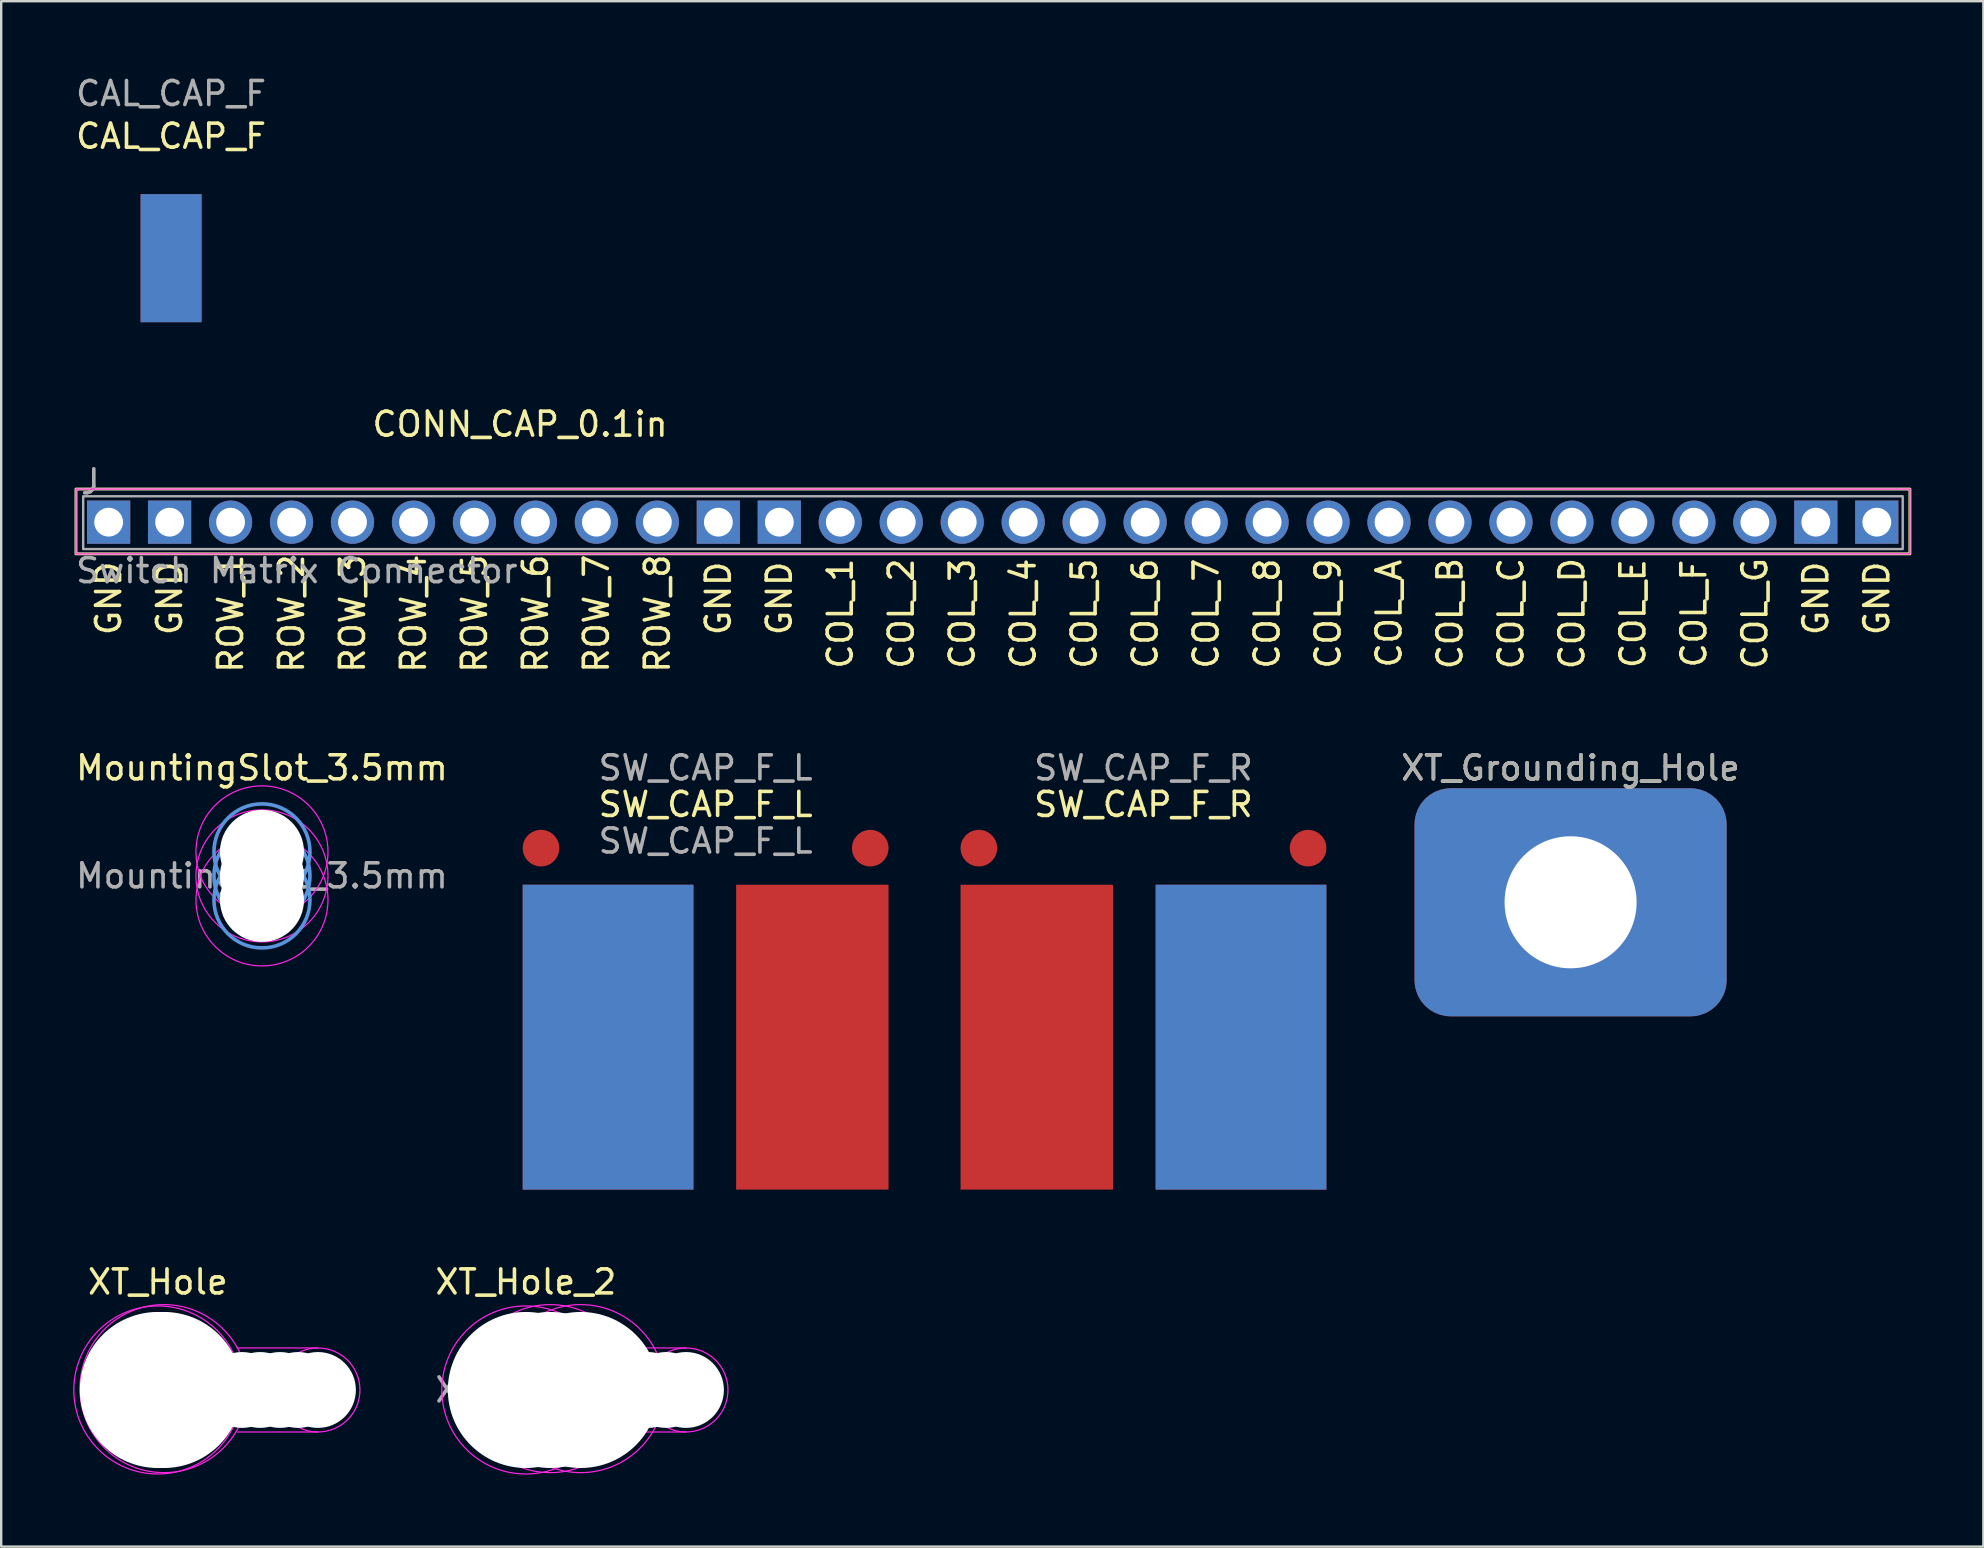
<source format=kicad_pcb>
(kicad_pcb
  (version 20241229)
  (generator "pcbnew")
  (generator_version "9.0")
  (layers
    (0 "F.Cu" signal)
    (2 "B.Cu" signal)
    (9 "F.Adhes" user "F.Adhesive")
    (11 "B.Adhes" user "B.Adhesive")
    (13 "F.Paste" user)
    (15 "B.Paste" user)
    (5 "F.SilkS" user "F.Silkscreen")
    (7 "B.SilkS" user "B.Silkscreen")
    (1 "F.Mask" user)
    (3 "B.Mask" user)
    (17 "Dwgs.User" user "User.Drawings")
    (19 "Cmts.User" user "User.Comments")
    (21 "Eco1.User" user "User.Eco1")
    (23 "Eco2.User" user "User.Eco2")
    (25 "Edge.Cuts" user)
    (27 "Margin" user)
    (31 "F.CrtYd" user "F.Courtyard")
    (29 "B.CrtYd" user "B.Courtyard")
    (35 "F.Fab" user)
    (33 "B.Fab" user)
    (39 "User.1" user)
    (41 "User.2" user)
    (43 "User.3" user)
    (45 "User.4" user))
  (footprint "SW_CAP_F_R"
    (layer "F.Cu")
    (at 44.586 33.257)
    (property "Reference" "SW_CAP_F_R" (at 0 -2.794 0) (unlocked yes) (layer "F.SilkS") (effects (font (size 1 1) (thickness 0.15))))
    (attr smd)
    (fp_text user "${REFERENCE}" (at 0 -4.318 0) (unlocked yes) (layer "F.Fab") (effects (font (size 1 1) (thickness 0.15))))
    (pad "COL" smd rect (at 4.064 6.9) (size 7.112 12.7) (layers "B.Cu"))
    (pad "REF" smd rect (at 4.064 6.9) (size 7.112 12.7) (layers "F.Cu"))
    (pad "ROW" smd rect (at -4.445 6.9) (size 6.35 12.7) (layers "F.Cu"))
    (pad "X" smd circle (at -6.858 -0.974) (size 1.524 1.524) (layers "F.Cu"))
    (pad "Y" smd circle (at 6.858 -0.974) (size 1.524 1.524) (layers "F.Cu")))
  (footprint "XT_Hole_2"
    (layer "F.Cu")
    (at 18.857 54.855)
    (property "Reference" "XT_Hole_2" (at 0 -4.5 0) (layer "F.SilkS") (effects (font (size 1 1) (thickness 0.15))))
    (attr exclude_from_pos_files exclude_from_bom)
    (fp_line (start 6.67 -1.75) (end 3.302 -1.75) (stroke (width 0.05) (type solid)) (layer "F.CrtYd"))
    (fp_line (start 6.67 1.75) (end 3.302 1.75) (stroke (width 0.05) (type solid)) (layer "F.CrtYd"))
    (fp_circle (center 0 0) (end 3.5 0) (stroke (width 0.05) (type solid)) (fill no) (layer "F.CrtYd"))
    (fp_circle (center 1.016 -0.056) (end 4.516 -0.056) (stroke (width 0.05) (type solid)) (fill no) (layer "F.CrtYd"))
    (fp_circle (center 2.286 -0.056) (end 5.786 -0.056) (stroke (width 0.05) (type solid)) (fill no) (layer "F.CrtYd"))
    (fp_circle (center 6.67 0) (end 8.42 0) (stroke (width 0.05) (type solid)) (fill no) (layer "F.CrtYd"))
    (fp_text user "${REFERENCE}" (at 0 0 0) (layer "F.Fab") (effects (font (size 1 1) (thickness 0.15))))
    (pad "" np_thru_hole circle (at 0 0) (size 6.5 6.5) (drill 6.5) (layers "*.Cu" "*.Mask"))
    (pad "" np_thru_hole circle (at 1.016 0) (size 6.5 6.5) (drill 6.5) (layers "*.Cu" "*.Mask"))
    (pad "" np_thru_hole circle (at 2.286 0) (size 6.5 6.5) (drill 6.5) (layers "*.Cu" "*.Mask"))
    (pad "" np_thru_hole circle (at 2.682 0) (size 3.16 3.16) (drill 3.16) (layers "*.Cu" "*.Mask"))
    (pad "" np_thru_hole circle (at 3.51 0) (size 3.16 3.16) (drill 3.16) (layers "*.Cu" "*.Mask"))
    (pad "" np_thru_hole circle (at 4.262 0) (size 3.16 3.16) (drill 3.16) (layers "*.Cu" "*.Mask"))
    (pad "" np_thru_hole circle (at 5.09 0) (size 3.16 3.16) (drill 3.16) (layers "*.Cu" "*.Mask"))
    (pad "" np_thru_hole circle (at 5.842 0) (size 3.16 3.16) (drill 3.16) (layers "*.Cu" "*.Mask"))
    (pad "" np_thru_hole circle (at 6.67 0) (size 3.16 3.16) (drill 3.16) (layers "*.Cu" "*.Mask")))
  (footprint "XT_Grounding_Hole"
    (layer "F.Cu")
    (at 62.379 34.539)
    (property "Reference" "XT_Grounding_Hole" (at 0 -5.6 0) (unlocked yes) (layer "F.SilkS") (effects (font (size 1 1) (thickness 0.15))))
    (attr smd)
    (fp_text user "${REFERENCE}" (at 0 -5.6 0) (unlocked yes) (layer "F.Fab") (effects (font (size 1 1) (thickness 0.15))))
    (pad "1" thru_hole roundrect (at 0 0) (size 13 9.5) (drill 5.5) (layers "*.Cu" "*.Mask") (roundrect_rratio 0.158)))
  (footprint "XT_Hole"
    (layer "F.Cu")
    (at 3.525 54.855)
    (property "Reference" "XT_Hole" (at 0 -4.5 0) (layer "F.SilkS") (effects (font (size 1 1) (thickness 0.15))))
    (attr exclude_from_pos_files exclude_from_bom)
    (fp_line (start 6.67 -1.75) (end 3.302 -1.75) (stroke (width 0.05) (type solid)) (layer "F.CrtYd"))
    (fp_line (start 6.67 1.75) (end 3.302 1.75) (stroke (width 0.05) (type solid)) (layer "F.CrtYd"))
    (fp_circle (center 0 0) (end 3.5 0) (stroke (width 0.05) (type solid)) (fill no) (layer "F.CrtYd"))
    (fp_circle (center 0.254 -0.056) (end 3.754 -0.056) (stroke (width 0.05) (type solid)) (fill no) (layer "F.CrtYd"))
    (fp_circle (center 6.67 0) (end 8.42 0) (stroke (width 0.05) (type solid)) (fill no) (layer "F.CrtYd"))
    (fp_text user "${REFERENCE}" (at 0 0 0) (layer "F.Fab") (effects (font (size 1 1) (thickness 0.15))))
    (pad "" np_thru_hole circle (at 0 0) (size 6.5 6.5) (drill 6.5) (layers "*.Cu" "*.Mask"))
    (pad "" np_thru_hole circle (at 0.254 0) (size 6.5 6.5) (drill 6.5) (layers "*.Cu" "*.Mask"))
    (pad "" np_thru_hole circle (at 2.682 0) (size 3.16 3.16) (drill 3.16) (layers "*.Cu" "*.Mask"))
    (pad "" np_thru_hole circle (at 3.51 0) (size 3.16 3.16) (drill 3.16) (layers "*.Cu" "*.Mask"))
    (pad "" np_thru_hole circle (at 4.262 0) (size 3.16 3.16) (drill 3.16) (layers "*.Cu" "*.Mask"))
    (pad "" np_thru_hole circle (at 5.09 0) (size 3.16 3.16) (drill 3.16) (layers "*.Cu" "*.Mask"))
    (pad "" np_thru_hole circle (at 5.842 0) (size 3.16 3.16) (drill 3.16) (layers "*.Cu" "*.Mask"))
    (pad "" np_thru_hole circle (at 6.67 0) (size 3.16 3.16) (drill 3.16) (layers "*.Cu" "*.Mask")))
  (footprint "CAL_CAP_F"
    (layer "F.Cu")
    (at 4.077 4.658)
    (property "Reference" "CAL_CAP_F" (at 0 -2.032 0) (unlocked yes) (layer "F.SilkS") (effects (font (size 1 1) (thickness 0.15))))
    (attr smd)
    (fp_text user "${REFERENCE}" (at 0 -3.81 0) (unlocked yes) (layer "F.Fab") (effects (font (size 1 1) (thickness 0.15))))
    (pad "COL" smd rect (at 0 3.048) (size 2.54 5.334) (layers "B.Cu"))
    (pad "ROW" smd rect (at 0 3.048) (size 2.54 5.334) (layers "F.Cu")))
  (footprint "SW_CAP_F_L"
    (layer "F.Cu")
    (at 26.346 33.257)
    (property "Reference" "SW_CAP_F_L" (at 0 -2.794 0) (unlocked yes) (layer "F.SilkS") (effects (font (size 1 1) (thickness 0.15))))
    (attr smd)
    (fp_text user "SW_CAP_F_L" (at 0 -1.27 0) (unlocked yes) (layer "F.Fab") (effects (font (size 1 1) (thickness 0.15))))
    (fp_text user "${REFERENCE}" (at 0 -4.318 0) (unlocked yes) (layer "F.Fab") (effects (font (size 1 1) (thickness 0.15))))
    (pad "COL" smd rect (at -4.064 6.9) (size 7.112 12.7) (layers "B.Cu"))
    (pad "REF" smd rect (at -4.064 6.9) (size 7.112 12.7) (layers "F.Cu"))
    (pad "ROW" smd rect (at 4.445 6.9) (size 6.35 12.7) (layers "F.Cu"))
    (pad "X" smd circle (at 6.858 -0.974) (size 1.524 1.524) (layers "F.Cu"))
    (pad "Y" smd circle (at -6.858 -0.974) (size 1.524 1.524) (layers "F.Cu")))
  (footprint "CONN_CAP_0.1in"
    (layer "F.Cu")
    (at 16.715 13.623)
    (property "Reference" "CONN_CAP_0.1in" (at 1.9 1 0) (unlocked yes) (layer "F.SilkS") (effects (font (size 1 1) (thickness 0.15))))
    (attr through_hole)
    (fp_rect (start -16.6 3.7) (end 59.8 6.4) (stroke (width 0.12) (type solid)) (fill no) (layer "F.SilkS"))
    (fp_rect (start -16.6 3.7) (end 59.8 6.4) (stroke (width 0.05) (type solid)) (fill no) (layer "F.CrtYd"))
    (fp_rect (start -16.3 4) (end 59.5 6.2) (stroke (width 0.1) (type solid)) (fill no) (layer "F.Fab"))
    (fp_text user "GND" (at 55.88 8.255 90) (unlocked yes) (layer "F.SilkS") (effects (font (size 1 1) (thickness 0.15))))
    (fp_text user "GND" (at 58.42 8.255 90) (unlocked yes) (layer "F.SilkS") (effects (font (size 1 1) (thickness 0.15))))
    (fp_text user "COL_8" (at 33.02 8.89 90) (unlocked yes) (layer "F.SilkS") (effects (font (size 1 1) (thickness 0.15))))
    (fp_text user "GND" (at 10.16 8.255 90) (unlocked yes) (layer "F.SilkS") (effects (font (size 1 1) (thickness 0.15))))
    (fp_text user "COL_7" (at 30.48 8.89 90) (unlocked yes) (layer "F.SilkS") (effects (font (size 1 1) (thickness 0.15))))
    (fp_text user "COL_G" (at 53.34 8.89 90) (unlocked yes) (layer "F.SilkS") (effects (font (size 1 1) (thickness 0.15))))
    (fp_text user "COL_4" (at 22.86 8.89 90) (unlocked yes) (layer "F.SilkS") (effects (font (size 1 1) (thickness 0.15))))
    (fp_text user "COL_C" (at 43.18 8.89 90) (unlocked yes) (layer "F.SilkS") (effects (font (size 1 1) (thickness 0.15))))
    (fp_text user "GND" (at -12.7 8.255 90) (unlocked yes) (layer "F.SilkS") (effects (font (size 1 1) (thickness 0.15))))
    (fp_text user "COL_6" (at 27.94 8.89 90) (unlocked yes) (layer "F.SilkS") (effects (font (size 1 1) (thickness 0.15))))
    (fp_text user "ROW_7" (at 5.08 8.89 90) (unlocked yes) (layer "F.SilkS") (effects (font (size 1 1) (thickness 0.15))))
    (fp_text user "COL_3" (at 20.32 8.89 90) (unlocked yes) (layer "F.SilkS") (effects (font (size 1 1) (thickness 0.15))))
    (fp_text user "ROW_1" (at -10.16 8.89 90) (unlocked yes) (layer "F.SilkS") (effects (font (size 1 1) (thickness 0.15))))
    (fp_text user "ROW_5" (at 0 8.89 90) (unlocked yes) (layer "F.SilkS") (effects (font (size 1 1) (thickness 0.15))))
    (fp_text user "COL_F" (at 50.8 8.89 90) (unlocked yes) (layer "F.SilkS") (effects (font (size 1 1) (thickness 0.15))))
    (fp_text user "COL_2" (at 17.78 8.89 90) (unlocked yes) (layer "F.SilkS") (effects (font (size 1 1) (thickness 0.15))))
    (fp_text user "COL_1" (at 15.24 8.89 90) (unlocked yes) (layer "F.SilkS") (effects (font (size 1 1) (thickness 0.15))))
    (fp_text user "COL_A" (at 38.1 8.89 90) (unlocked yes) (layer "F.SilkS") (effects (font (size 1 1) (thickness 0.15))))
    (fp_text user "ROW_8" (at 7.62 8.89 90) (unlocked yes) (layer "F.SilkS") (effects (font (size 1 1) (thickness 0.15))))
    (fp_text user "COL_9" (at 35.56 8.89 90) (unlocked yes) (layer "F.SilkS") (effects (font (size 1 1) (thickness 0.15))))
    (fp_text user "COL_D" (at 45.72 8.89 90) (unlocked yes) (layer "F.SilkS") (effects (font (size 1 1) (thickness 0.15))))
    (fp_text user "GND" (at -15.24 8.255 90) (unlocked yes) (layer "F.SilkS") (effects (font (size 1 1) (thickness 0.15))))
    (fp_text user "COL_B" (at 40.64 8.89 90) (unlocked yes) (layer "F.SilkS") (effects (font (size 1 1) (thickness 0.15))))
    (fp_text user "ROW_6" (at 2.54 8.89 90) (unlocked yes) (layer "F.SilkS") (effects (font (size 1 1) (thickness 0.15))))
    (fp_text user "ROW_4" (at -2.54 8.89 90) (unlocked yes) (layer "F.SilkS") (effects (font (size 1 1) (thickness 0.15))))
    (fp_text user "COL_E" (at 48.26 8.89 90) (unlocked yes) (layer "F.SilkS") (effects (font (size 1 1) (thickness 0.15))))
    (fp_text user "ROW_3" (at -5.08 8.89 90) (unlocked yes) (layer "F.SilkS") (effects (font (size 1 1) (thickness 0.15))))
    (fp_text user "COL_5" (at 25.4 8.89 90) (unlocked yes) (layer "F.SilkS") (effects (font (size 1 1) (thickness 0.15))))
    (fp_text user "ROW_2" (at -7.62 8.89 90) (unlocked yes) (layer "F.SilkS") (effects (font (size 1 1) (thickness 0.15))))
    (fp_text user "GND" (at 12.7 8.255 90) (unlocked yes) (layer "F.SilkS") (effects (font (size 1 1) (thickness 0.15))))
    (fp_text user "Switch Matrix Connector" (at -7.4 7.1 0) (unlocked yes) (layer "F.Fab") (effects (font (size 1 1) (thickness 0.15))))
    (fp_text user "J" (at -16 3.4 0) (unlocked yes) (layer "F.Fab") (effects (font (size 1 1) (thickness 0.15))))
    (pad "1" thru_hole rect (at -15.24 5.08) (size 1.8 1.8) (drill 1.2) (layers "*.Cu" "*.Mask"))
    (pad "2" thru_hole rect (at -12.7 5.08) (size 1.8 1.8) (drill 1.2) (layers "*.Cu" "*.Mask"))
    (pad "3" thru_hole circle (at -10.16 5.08) (size 1.8 1.8) (drill 1.2) (layers "*.Cu" "*.Mask"))
    (pad "4" thru_hole circle (at -7.62 5.08) (size 1.8 1.8) (drill 1.2) (layers "*.Cu" "*.Mask"))
    (pad "5" thru_hole circle (at -5.08 5.08) (size 1.8 1.8) (drill 1.2) (layers "*.Cu" "*.Mask"))
    (pad "6" thru_hole circle (at -2.54 5.08) (size 1.8 1.8) (drill 1.2) (layers "*.Cu" "*.Mask"))
    (pad "7" thru_hole circle (at 0 5.08) (size 1.8 1.8) (drill 1.2) (layers "*.Cu" "*.Mask"))
    (pad "8" thru_hole circle (at 2.54 5.08) (size 1.8 1.8) (drill 1.2) (layers "*.Cu" "*.Mask"))
    (pad "9" thru_hole circle (at 5.08 5.08) (size 1.8 1.8) (drill 1.2) (layers "*.Cu" "*.Mask"))
    (pad "10" thru_hole circle (at 7.62 5.08) (size 1.8 1.8) (drill 1.2) (layers "*.Cu" "*.Mask"))
    (pad "11" thru_hole rect (at 10.16 5.08) (size 1.8 1.8) (drill 1.2) (layers "*.Cu" "*.Mask"))
    (pad "12" thru_hole rect (at 12.7 5.08) (size 1.8 1.8) (drill 1.2) (layers "*.Cu" "*.Mask"))
    (pad "13" thru_hole circle (at 15.24 5.08) (size 1.8 1.8) (drill 1.2) (layers "*.Cu" "*.Mask"))
    (pad "14" thru_hole circle (at 17.78 5.08) (size 1.8 1.8) (drill 1.2) (layers "*.Cu" "*.Mask"))
    (pad "15" thru_hole circle (at 20.32 5.08) (size 1.8 1.8) (drill 1.2) (layers "*.Cu" "*.Mask"))
    (pad "16" thru_hole circle (at 22.86 5.08) (size 1.8 1.8) (drill 1.2) (layers "*.Cu" "*.Mask"))
    (pad "17" thru_hole circle (at 25.4 5.08) (size 1.8 1.8) (drill 1.2) (layers "*.Cu" "*.Mask"))
    (pad "18" thru_hole circle (at 27.94 5.08) (size 1.8 1.8) (drill 1.2) (layers "*.Cu" "*.Mask"))
    (pad "19" thru_hole circle (at 30.48 5.08) (size 1.8 1.8) (drill 1.2) (layers "*.Cu" "*.Mask"))
    (pad "20" thru_hole circle (at 33.02 5.08) (size 1.8 1.8) (drill 1.2) (layers "*.Cu" "*.Mask"))
    (pad "21" thru_hole circle (at 35.56 5.08) (size 1.8 1.8) (drill 1.2) (layers "*.Cu" "*.Mask"))
    (pad "22" thru_hole circle (at 38.1 5.08) (size 1.8 1.8) (drill 1.2) (layers "*.Cu" "*.Mask"))
    (pad "23" thru_hole circle (at 40.64 5.08) (size 1.8 1.8) (drill 1.2) (layers "*.Cu" "*.Mask"))
    (pad "24" thru_hole circle (at 43.18 5.08) (size 1.8 1.8) (drill 1.2) (layers "*.Cu" "*.Mask"))
    (pad "25" thru_hole circle (at 45.72 5.08) (size 1.8 1.8) (drill 1.2) (layers "*.Cu" "*.Mask"))
    (pad "26" thru_hole circle (at 48.26 5.08) (size 1.8 1.8) (drill 1.2) (layers "*.Cu" "*.Mask"))
    (pad "27" thru_hole circle (at 50.8 5.08) (size 1.8 1.8) (drill 1.2) (layers "*.Cu" "*.Mask"))
    (pad "28" thru_hole circle (at 53.34 5.08) (size 1.8 1.8) (drill 1.2) (layers "*.Cu" "*.Mask"))
    (pad "29" thru_hole rect (at 55.88 5.08) (size 1.8 1.8) (drill 1.2) (layers "*.Cu" "*.Mask"))
    (pad "30" thru_hole rect (at 58.42 5.08) (size 1.8 1.8) (drill 1.2) (layers "*.Cu" "*.Mask")))
  (footprint "MountingSlot_3.5mm"
    (layer "F.Cu")
    (at 7.863 33.439)
    (property "Reference" "MountingSlot_3.5mm" (at 0 -4.5 0) (layer "F.SilkS") (effects (font (size 1 1) (thickness 0.15))))
    (attr exclude_from_pos_files exclude_from_bom)
    (fp_circle (center 0 -1) (end 2 -1) (stroke (width 0.15) (type solid)) (fill no) (layer "Cmts.User"))
    (fp_circle (center 0 0) (end 2 0) (stroke (width 0.15) (type solid)) (fill no) (layer "Cmts.User"))
    (fp_circle (center 0 1) (end 2 1) (stroke (width 0.15) (type solid)) (fill no) (layer "Cmts.User"))
    (fp_circle (center 0 -1) (end 2.75 -1) (stroke (width 0.05) (type solid)) (fill no) (layer "F.CrtYd"))
    (fp_circle (center 0 0) (end 2.75 0) (stroke (width 0.05) (type solid)) (fill no) (layer "F.CrtYd"))
    (fp_circle (center 0 1) (end 2.75 1) (stroke (width 0.05) (type solid)) (fill no) (layer "F.CrtYd"))
    (fp_text user "${REFERENCE}" (at 0 0 0) (layer "F.Fab") (effects (font (size 1 1) (thickness 0.15))))
    (pad "" np_thru_hole circle (at 0 -1) (size 3.5 3.5) (drill 3.5) (layers "*.Cu" "*.Mask"))
    (pad "" np_thru_hole circle (at 0 0) (size 3.5 3.5) (drill 3.5) (layers "*.Cu" "*.Mask"))
    (pad "" np_thru_hole circle (at 0 1) (size 3.5 3.5) (drill 3.5) (layers "*.Cu" "*.Mask")))
  (gr_rect
    (start -3 -3)
    (end 79.575 61.38)
    (stroke (width 0.1) (type default))
    (fill no)
    (layer "Edge.Cuts")))
</source>
